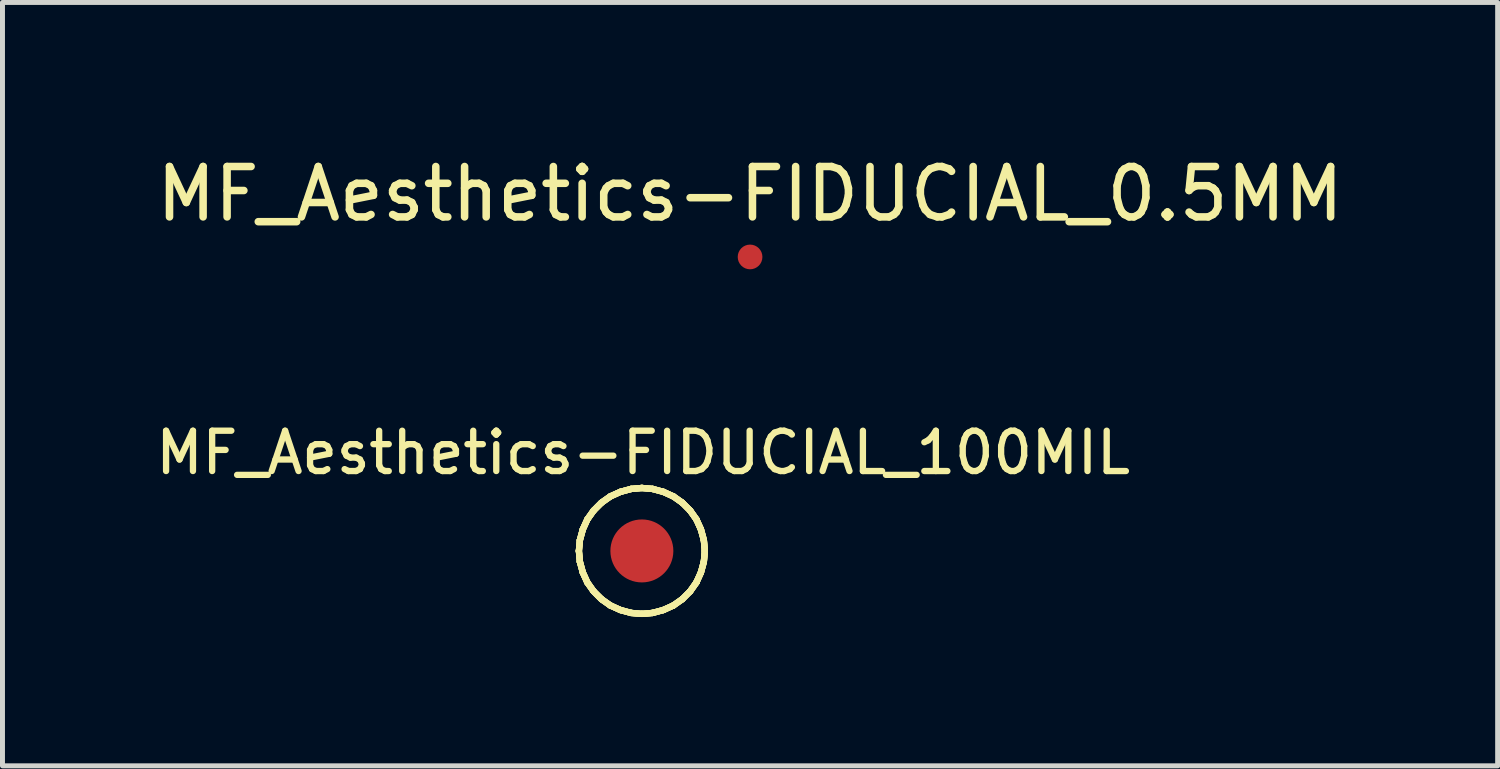
<source format=kicad_pcb>
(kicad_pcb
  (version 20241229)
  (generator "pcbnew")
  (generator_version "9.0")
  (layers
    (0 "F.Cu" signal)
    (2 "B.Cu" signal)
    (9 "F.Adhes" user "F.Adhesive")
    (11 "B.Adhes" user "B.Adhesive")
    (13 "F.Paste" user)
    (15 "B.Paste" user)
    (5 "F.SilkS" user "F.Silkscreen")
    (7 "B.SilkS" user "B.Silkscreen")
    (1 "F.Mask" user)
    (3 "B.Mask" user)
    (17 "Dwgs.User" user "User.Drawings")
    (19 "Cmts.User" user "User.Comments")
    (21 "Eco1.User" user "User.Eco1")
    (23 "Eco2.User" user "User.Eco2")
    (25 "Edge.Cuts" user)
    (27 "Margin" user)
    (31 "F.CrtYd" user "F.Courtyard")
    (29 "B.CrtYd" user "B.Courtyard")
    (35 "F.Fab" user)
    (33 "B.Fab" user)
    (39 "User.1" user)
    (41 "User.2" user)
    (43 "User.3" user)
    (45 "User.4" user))
  (footprint "MF_Aesthetics-FIDUCIAL_100MIL"
    (layer "F.Cu")
    (at 9.895 8.061)
    (property "Reference" "MF_Aesthetics-FIDUCIAL_100MIL" (at 0.025 -1.981 0) (layer "F.SilkS") (effects (font (size 0.813 0.813) (thickness 0.127))))
    (attr smd)
    (fp_line (start -1.27 0) (end -1.25 -0.218) (stroke (width 0.127) (type solid)) (layer "F.SilkS"))
    (fp_line (start -1.27 0) (end -1.25 -0.218) (stroke (width 0.127) (type solid)) (layer "F.SilkS"))
    (fp_line (start -1.27 0) (end -1.25 -0.218) (stroke (width 0.127) (type solid)) (layer "F.SilkS"))
    (fp_line (start -1.27 0) (end -1.25 -0.218) (stroke (width 0.127) (type solid)) (layer "F.SilkS"))
    (fp_line (start -1.25 -0.218) (end -1.191 -0.434) (stroke (width 0.127) (type solid)) (layer "F.SilkS"))
    (fp_line (start -1.25 -0.218) (end -1.191 -0.434) (stroke (width 0.127) (type solid)) (layer "F.SilkS"))
    (fp_line (start -1.25 -0.218) (end -1.191 -0.434) (stroke (width 0.127) (type solid)) (layer "F.SilkS"))
    (fp_line (start -1.25 -0.218) (end -1.191 -0.434) (stroke (width 0.127) (type solid)) (layer "F.SilkS"))
    (fp_line (start -1.25 0.218) (end -1.27 0) (stroke (width 0.127) (type solid)) (layer "F.SilkS"))
    (fp_line (start -1.25 0.218) (end -1.27 0) (stroke (width 0.127) (type solid)) (layer "F.SilkS"))
    (fp_line (start -1.25 0.218) (end -1.27 0) (stroke (width 0.127) (type solid)) (layer "F.SilkS"))
    (fp_line (start -1.25 0.218) (end -1.27 0) (stroke (width 0.127) (type solid)) (layer "F.SilkS"))
    (fp_line (start -1.191 -0.434) (end -1.1 -0.635) (stroke (width 0.127) (type solid)) (layer "F.SilkS"))
    (fp_line (start -1.191 -0.434) (end -1.1 -0.635) (stroke (width 0.127) (type solid)) (layer "F.SilkS"))
    (fp_line (start -1.191 -0.434) (end -1.1 -0.635) (stroke (width 0.127) (type solid)) (layer "F.SilkS"))
    (fp_line (start -1.191 -0.434) (end -1.1 -0.635) (stroke (width 0.127) (type solid)) (layer "F.SilkS"))
    (fp_line (start -1.191 0.434) (end -1.25 0.218) (stroke (width 0.127) (type solid)) (layer "F.SilkS"))
    (fp_line (start -1.191 0.434) (end -1.25 0.218) (stroke (width 0.127) (type solid)) (layer "F.SilkS"))
    (fp_line (start -1.191 0.434) (end -1.25 0.218) (stroke (width 0.127) (type solid)) (layer "F.SilkS"))
    (fp_line (start -1.191 0.434) (end -1.25 0.218) (stroke (width 0.127) (type solid)) (layer "F.SilkS"))
    (fp_line (start -1.1 -0.635) (end -0.973 -0.815) (stroke (width 0.127) (type solid)) (layer "F.SilkS"))
    (fp_line (start -1.1 -0.635) (end -0.973 -0.815) (stroke (width 0.127) (type solid)) (layer "F.SilkS"))
    (fp_line (start -1.1 -0.635) (end -0.973 -0.815) (stroke (width 0.127) (type solid)) (layer "F.SilkS"))
    (fp_line (start -1.1 -0.635) (end -0.973 -0.815) (stroke (width 0.127) (type solid)) (layer "F.SilkS"))
    (fp_line (start -1.1 0.635) (end -1.191 0.434) (stroke (width 0.127) (type solid)) (layer "F.SilkS"))
    (fp_line (start -1.1 0.635) (end -1.191 0.434) (stroke (width 0.127) (type solid)) (layer "F.SilkS"))
    (fp_line (start -1.1 0.635) (end -1.191 0.434) (stroke (width 0.127) (type solid)) (layer "F.SilkS"))
    (fp_line (start -1.1 0.635) (end -1.191 0.434) (stroke (width 0.127) (type solid)) (layer "F.SilkS"))
    (fp_line (start -0.973 -0.815) (end -0.815 -0.973) (stroke (width 0.127) (type solid)) (layer "F.SilkS"))
    (fp_line (start -0.973 -0.815) (end -0.815 -0.973) (stroke (width 0.127) (type solid)) (layer "F.SilkS"))
    (fp_line (start -0.973 -0.815) (end -0.815 -0.973) (stroke (width 0.127) (type solid)) (layer "F.SilkS"))
    (fp_line (start -0.973 -0.815) (end -0.815 -0.973) (stroke (width 0.127) (type solid)) (layer "F.SilkS"))
    (fp_line (start -0.973 0.815) (end -1.1 0.635) (stroke (width 0.127) (type solid)) (layer "F.SilkS"))
    (fp_line (start -0.973 0.815) (end -1.1 0.635) (stroke (width 0.127) (type solid)) (layer "F.SilkS"))
    (fp_line (start -0.973 0.815) (end -1.1 0.635) (stroke (width 0.127) (type solid)) (layer "F.SilkS"))
    (fp_line (start -0.973 0.815) (end -1.1 0.635) (stroke (width 0.127) (type solid)) (layer "F.SilkS"))
    (fp_line (start -0.815 -0.973) (end -0.635 -1.1) (stroke (width 0.127) (type solid)) (layer "F.SilkS"))
    (fp_line (start -0.815 -0.973) (end -0.635 -1.1) (stroke (width 0.127) (type solid)) (layer "F.SilkS"))
    (fp_line (start -0.815 -0.973) (end -0.635 -1.1) (stroke (width 0.127) (type solid)) (layer "F.SilkS"))
    (fp_line (start -0.815 -0.973) (end -0.635 -1.1) (stroke (width 0.127) (type solid)) (layer "F.SilkS"))
    (fp_line (start -0.815 0.973) (end -0.973 0.815) (stroke (width 0.127) (type solid)) (layer "F.SilkS"))
    (fp_line (start -0.815 0.973) (end -0.973 0.815) (stroke (width 0.127) (type solid)) (layer "F.SilkS"))
    (fp_line (start -0.815 0.973) (end -0.973 0.815) (stroke (width 0.127) (type solid)) (layer "F.SilkS"))
    (fp_line (start -0.815 0.973) (end -0.973 0.815) (stroke (width 0.127) (type solid)) (layer "F.SilkS"))
    (fp_line (start -0.635 -1.1) (end -0.434 -1.191) (stroke (width 0.127) (type solid)) (layer "F.SilkS"))
    (fp_line (start -0.635 -1.1) (end -0.434 -1.191) (stroke (width 0.127) (type solid)) (layer "F.SilkS"))
    (fp_line (start -0.635 -1.1) (end -0.434 -1.191) (stroke (width 0.127) (type solid)) (layer "F.SilkS"))
    (fp_line (start -0.635 -1.1) (end -0.434 -1.191) (stroke (width 0.127) (type solid)) (layer "F.SilkS"))
    (fp_line (start -0.635 1.1) (end -0.815 0.973) (stroke (width 0.127) (type solid)) (layer "F.SilkS"))
    (fp_line (start -0.635 1.1) (end -0.815 0.973) (stroke (width 0.127) (type solid)) (layer "F.SilkS"))
    (fp_line (start -0.635 1.1) (end -0.815 0.973) (stroke (width 0.127) (type solid)) (layer "F.SilkS"))
    (fp_line (start -0.635 1.1) (end -0.815 0.973) (stroke (width 0.127) (type solid)) (layer "F.SilkS"))
    (fp_line (start -0.434 -1.191) (end -0.218 -1.25) (stroke (width 0.127) (type solid)) (layer "F.SilkS"))
    (fp_line (start -0.434 -1.191) (end -0.218 -1.25) (stroke (width 0.127) (type solid)) (layer "F.SilkS"))
    (fp_line (start -0.434 -1.191) (end -0.218 -1.25) (stroke (width 0.127) (type solid)) (layer "F.SilkS"))
    (fp_line (start -0.434 -1.191) (end -0.218 -1.25) (stroke (width 0.127) (type solid)) (layer "F.SilkS"))
    (fp_line (start -0.434 1.191) (end -0.635 1.1) (stroke (width 0.127) (type solid)) (layer "F.SilkS"))
    (fp_line (start -0.434 1.191) (end -0.635 1.1) (stroke (width 0.127) (type solid)) (layer "F.SilkS"))
    (fp_line (start -0.434 1.191) (end -0.635 1.1) (stroke (width 0.127) (type solid)) (layer "F.SilkS"))
    (fp_line (start -0.434 1.191) (end -0.635 1.1) (stroke (width 0.127) (type solid)) (layer "F.SilkS"))
    (fp_line (start -0.218 -1.25) (end 0 -1.27) (stroke (width 0.127) (type solid)) (layer "F.SilkS"))
    (fp_line (start -0.218 -1.25) (end 0 -1.27) (stroke (width 0.127) (type solid)) (layer "F.SilkS"))
    (fp_line (start -0.218 -1.25) (end 0 -1.27) (stroke (width 0.127) (type solid)) (layer "F.SilkS"))
    (fp_line (start -0.218 -1.25) (end 0 -1.27) (stroke (width 0.127) (type solid)) (layer "F.SilkS"))
    (fp_line (start -0.218 1.25) (end -0.434 1.191) (stroke (width 0.127) (type solid)) (layer "F.SilkS"))
    (fp_line (start -0.218 1.25) (end -0.434 1.191) (stroke (width 0.127) (type solid)) (layer "F.SilkS"))
    (fp_line (start -0.218 1.25) (end -0.434 1.191) (stroke (width 0.127) (type solid)) (layer "F.SilkS"))
    (fp_line (start -0.218 1.25) (end -0.434 1.191) (stroke (width 0.127) (type solid)) (layer "F.SilkS"))
    (fp_line (start 0 -1.27) (end 0.218 -1.25) (stroke (width 0.127) (type solid)) (layer "F.SilkS"))
    (fp_line (start 0 -1.27) (end 0.218 -1.25) (stroke (width 0.127) (type solid)) (layer "F.SilkS"))
    (fp_line (start 0 -1.27) (end 0.218 -1.25) (stroke (width 0.127) (type solid)) (layer "F.SilkS"))
    (fp_line (start 0 -1.27) (end 0.218 -1.25) (stroke (width 0.127) (type solid)) (layer "F.SilkS"))
    (fp_line (start 0 1.27) (end -0.218 1.25) (stroke (width 0.127) (type solid)) (layer "F.SilkS"))
    (fp_line (start 0 1.27) (end -0.218 1.25) (stroke (width 0.127) (type solid)) (layer "F.SilkS"))
    (fp_line (start 0 1.27) (end -0.218 1.25) (stroke (width 0.127) (type solid)) (layer "F.SilkS"))
    (fp_line (start 0 1.27) (end -0.218 1.25) (stroke (width 0.127) (type solid)) (layer "F.SilkS"))
    (fp_line (start 0.218 -1.25) (end 0.434 -1.191) (stroke (width 0.127) (type solid)) (layer "F.SilkS"))
    (fp_line (start 0.218 -1.25) (end 0.434 -1.191) (stroke (width 0.127) (type solid)) (layer "F.SilkS"))
    (fp_line (start 0.218 -1.25) (end 0.434 -1.191) (stroke (width 0.127) (type solid)) (layer "F.SilkS"))
    (fp_line (start 0.218 -1.25) (end 0.434 -1.191) (stroke (width 0.127) (type solid)) (layer "F.SilkS"))
    (fp_line (start 0.218 1.25) (end 0 1.27) (stroke (width 0.127) (type solid)) (layer "F.SilkS"))
    (fp_line (start 0.218 1.25) (end 0 1.27) (stroke (width 0.127) (type solid)) (layer "F.SilkS"))
    (fp_line (start 0.218 1.25) (end 0 1.27) (stroke (width 0.127) (type solid)) (layer "F.SilkS"))
    (fp_line (start 0.218 1.25) (end 0 1.27) (stroke (width 0.127) (type solid)) (layer "F.SilkS"))
    (fp_line (start 0.434 -1.191) (end 0.635 -1.1) (stroke (width 0.127) (type solid)) (layer "F.SilkS"))
    (fp_line (start 0.434 -1.191) (end 0.635 -1.1) (stroke (width 0.127) (type solid)) (layer "F.SilkS"))
    (fp_line (start 0.434 -1.191) (end 0.635 -1.1) (stroke (width 0.127) (type solid)) (layer "F.SilkS"))
    (fp_line (start 0.434 -1.191) (end 0.635 -1.1) (stroke (width 0.127) (type solid)) (layer "F.SilkS"))
    (fp_line (start 0.434 1.191) (end 0.218 1.25) (stroke (width 0.127) (type solid)) (layer "F.SilkS"))
    (fp_line (start 0.434 1.191) (end 0.218 1.25) (stroke (width 0.127) (type solid)) (layer "F.SilkS"))
    (fp_line (start 0.434 1.191) (end 0.218 1.25) (stroke (width 0.127) (type solid)) (layer "F.SilkS"))
    (fp_line (start 0.434 1.191) (end 0.218 1.25) (stroke (width 0.127) (type solid)) (layer "F.SilkS"))
    (fp_line (start 0.635 -1.1) (end 0.815 -0.973) (stroke (width 0.127) (type solid)) (layer "F.SilkS"))
    (fp_line (start 0.635 -1.1) (end 0.815 -0.973) (stroke (width 0.127) (type solid)) (layer "F.SilkS"))
    (fp_line (start 0.635 -1.1) (end 0.815 -0.973) (stroke (width 0.127) (type solid)) (layer "F.SilkS"))
    (fp_line (start 0.635 -1.1) (end 0.815 -0.973) (stroke (width 0.127) (type solid)) (layer "F.SilkS"))
    (fp_line (start 0.635 1.1) (end 0.434 1.191) (stroke (width 0.127) (type solid)) (layer "F.SilkS"))
    (fp_line (start 0.635 1.1) (end 0.434 1.191) (stroke (width 0.127) (type solid)) (layer "F.SilkS"))
    (fp_line (start 0.635 1.1) (end 0.434 1.191) (stroke (width 0.127) (type solid)) (layer "F.SilkS"))
    (fp_line (start 0.635 1.1) (end 0.434 1.191) (stroke (width 0.127) (type solid)) (layer "F.SilkS"))
    (fp_line (start 0.815 -0.973) (end 0.973 -0.815) (stroke (width 0.127) (type solid)) (layer "F.SilkS"))
    (fp_line (start 0.815 -0.973) (end 0.973 -0.815) (stroke (width 0.127) (type solid)) (layer "F.SilkS"))
    (fp_line (start 0.815 -0.973) (end 0.973 -0.815) (stroke (width 0.127) (type solid)) (layer "F.SilkS"))
    (fp_line (start 0.815 -0.973) (end 0.973 -0.815) (stroke (width 0.127) (type solid)) (layer "F.SilkS"))
    (fp_line (start 0.815 0.973) (end 0.635 1.1) (stroke (width 0.127) (type solid)) (layer "F.SilkS"))
    (fp_line (start 0.815 0.973) (end 0.635 1.1) (stroke (width 0.127) (type solid)) (layer "F.SilkS"))
    (fp_line (start 0.815 0.973) (end 0.635 1.1) (stroke (width 0.127) (type solid)) (layer "F.SilkS"))
    (fp_line (start 0.815 0.973) (end 0.635 1.1) (stroke (width 0.127) (type solid)) (layer "F.SilkS"))
    (fp_line (start 0.973 -0.815) (end 1.1 -0.635) (stroke (width 0.127) (type solid)) (layer "F.SilkS"))
    (fp_line (start 0.973 -0.815) (end 1.1 -0.635) (stroke (width 0.127) (type solid)) (layer "F.SilkS"))
    (fp_line (start 0.973 -0.815) (end 1.1 -0.635) (stroke (width 0.127) (type solid)) (layer "F.SilkS"))
    (fp_line (start 0.973 -0.815) (end 1.1 -0.635) (stroke (width 0.127) (type solid)) (layer "F.SilkS"))
    (fp_line (start 0.973 0.815) (end 0.815 0.973) (stroke (width 0.127) (type solid)) (layer "F.SilkS"))
    (fp_line (start 0.973 0.815) (end 0.815 0.973) (stroke (width 0.127) (type solid)) (layer "F.SilkS"))
    (fp_line (start 0.973 0.815) (end 0.815 0.973) (stroke (width 0.127) (type solid)) (layer "F.SilkS"))
    (fp_line (start 0.973 0.815) (end 0.815 0.973) (stroke (width 0.127) (type solid)) (layer "F.SilkS"))
    (fp_line (start 1.1 -0.635) (end 1.191 -0.434) (stroke (width 0.127) (type solid)) (layer "F.SilkS"))
    (fp_line (start 1.1 -0.635) (end 1.191 -0.434) (stroke (width 0.127) (type solid)) (layer "F.SilkS"))
    (fp_line (start 1.1 -0.635) (end 1.191 -0.434) (stroke (width 0.127) (type solid)) (layer "F.SilkS"))
    (fp_line (start 1.1 -0.635) (end 1.191 -0.434) (stroke (width 0.127) (type solid)) (layer "F.SilkS"))
    (fp_line (start 1.1 0.635) (end 0.973 0.815) (stroke (width 0.127) (type solid)) (layer "F.SilkS"))
    (fp_line (start 1.1 0.635) (end 0.973 0.815) (stroke (width 0.127) (type solid)) (layer "F.SilkS"))
    (fp_line (start 1.1 0.635) (end 0.973 0.815) (stroke (width 0.127) (type solid)) (layer "F.SilkS"))
    (fp_line (start 1.1 0.635) (end 0.973 0.815) (stroke (width 0.127) (type solid)) (layer "F.SilkS"))
    (fp_line (start 1.191 -0.434) (end 1.25 -0.218) (stroke (width 0.127) (type solid)) (layer "F.SilkS"))
    (fp_line (start 1.191 -0.434) (end 1.25 -0.218) (stroke (width 0.127) (type solid)) (layer "F.SilkS"))
    (fp_line (start 1.191 -0.434) (end 1.25 -0.218) (stroke (width 0.127) (type solid)) (layer "F.SilkS"))
    (fp_line (start 1.191 -0.434) (end 1.25 -0.218) (stroke (width 0.127) (type solid)) (layer "F.SilkS"))
    (fp_line (start 1.191 0.434) (end 1.1 0.635) (stroke (width 0.127) (type solid)) (layer "F.SilkS"))
    (fp_line (start 1.191 0.434) (end 1.1 0.635) (stroke (width 0.127) (type solid)) (layer "F.SilkS"))
    (fp_line (start 1.191 0.434) (end 1.1 0.635) (stroke (width 0.127) (type solid)) (layer "F.SilkS"))
    (fp_line (start 1.191 0.434) (end 1.1 0.635) (stroke (width 0.127) (type solid)) (layer "F.SilkS"))
    (fp_line (start 1.25 -0.218) (end 1.27 0) (stroke (width 0.127) (type solid)) (layer "F.SilkS"))
    (fp_line (start 1.25 -0.218) (end 1.27 0) (stroke (width 0.127) (type solid)) (layer "F.SilkS"))
    (fp_line (start 1.25 -0.218) (end 1.27 0) (stroke (width 0.127) (type solid)) (layer "F.SilkS"))
    (fp_line (start 1.25 -0.218) (end 1.27 0) (stroke (width 0.127) (type solid)) (layer "F.SilkS"))
    (fp_line (start 1.25 0.218) (end 1.191 0.434) (stroke (width 0.127) (type solid)) (layer "F.SilkS"))
    (fp_line (start 1.25 0.218) (end 1.191 0.434) (stroke (width 0.127) (type solid)) (layer "F.SilkS"))
    (fp_line (start 1.25 0.218) (end 1.191 0.434) (stroke (width 0.127) (type solid)) (layer "F.SilkS"))
    (fp_line (start 1.25 0.218) (end 1.191 0.434) (stroke (width 0.127) (type solid)) (layer "F.SilkS"))
    (fp_line (start 1.27 0) (end 1.25 0.218) (stroke (width 0.127) (type solid)) (layer "F.SilkS"))
    (fp_line (start 1.27 0) (end 1.25 0.218) (stroke (width 0.127) (type solid)) (layer "F.SilkS"))
    (fp_line (start 1.27 0) (end 1.25 0.218) (stroke (width 0.127) (type solid)) (layer "F.SilkS"))
    (fp_line (start 1.27 0) (end 1.25 0.218) (stroke (width 0.127) (type solid)) (layer "F.SilkS"))
    (pad "1" smd circle (at 0 0) (size 1.27 1.27) (layers "F.Cu" "F.Mask")))
  (footprint "MF_Aesthetics-FIDUCIAL_0.5MM"
    (layer "F.Cu")
    (at 12.077 2.132)
    (property "Reference" "MF_Aesthetics-FIDUCIAL_0.5MM" (at 0 -1.27 0) (layer "F.SilkS") (effects (font (size 1.016 1.016) (thickness 0.152))))
    (attr smd)
    (pad "FID" smd circle (at 0 0) (size 0.498 0.498) (layers "F.Cu" "F.Mask" "F.Paste")))
  (gr_rect
    (start -3 -3)
    (end 27.154 12.395)
    (stroke (width 0.1) (type default))
    (fill no)
    (layer "Edge.Cuts")))
</source>
